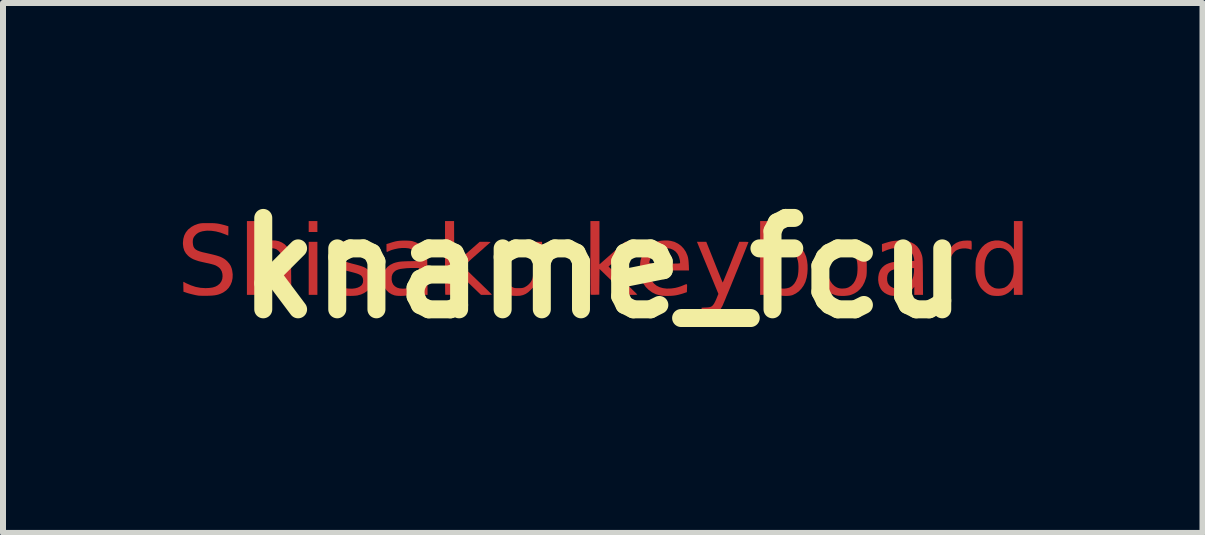
<source format=kicad_pcb>
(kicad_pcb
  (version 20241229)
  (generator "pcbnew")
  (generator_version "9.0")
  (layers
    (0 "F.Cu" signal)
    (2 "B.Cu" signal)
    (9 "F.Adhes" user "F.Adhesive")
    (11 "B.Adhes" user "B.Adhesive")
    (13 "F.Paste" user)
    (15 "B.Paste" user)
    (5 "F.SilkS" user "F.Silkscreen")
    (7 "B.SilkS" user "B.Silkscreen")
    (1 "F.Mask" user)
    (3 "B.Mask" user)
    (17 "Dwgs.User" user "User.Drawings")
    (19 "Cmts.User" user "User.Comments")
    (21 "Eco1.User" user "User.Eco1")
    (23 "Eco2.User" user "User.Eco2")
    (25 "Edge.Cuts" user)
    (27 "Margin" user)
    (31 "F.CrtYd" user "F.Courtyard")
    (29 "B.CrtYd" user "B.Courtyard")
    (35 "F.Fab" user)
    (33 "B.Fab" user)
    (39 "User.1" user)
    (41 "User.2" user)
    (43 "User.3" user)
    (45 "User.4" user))
  (footprint "kname_fcu"
    (layer "F.Cu")
    (at 7 1.418)
    (property "Reference" "kname_fcu" (at 0 0 0) (layer "F.SilkS") (effects (font (size 1.524 1.524) (thickness 0.3))))
    (attr board_only exclude_from_pos_files exclude_from_bom)
    (fp_poly (pts (xy -4.758 -0.6) (xy -4.903 -0.6) (xy -4.903 -0.782) (xy -4.758 -0.782)) (stroke (width 0) (type solid)) (fill yes) (layer "F.Cu"))
    (fp_poly (pts (xy -4.758 0.448) (xy -4.903 0.448) (xy -4.903 -0.436) (xy -4.758 -0.436)) (stroke (width 0) (type solid)) (fill yes) (layer "F.Cu"))
    (fp_poly (pts (xy 6.092 -0.457) (xy 6.116 -0.456) (xy 6.134 -0.455) (xy 6.141 -0.453) (xy 6.145 -0.45) (xy 6.148 -0.443) (xy 6.15 -0.431) (xy 6.151 -0.412) (xy 6.152 -0.382) (xy 6.152 -0.375) (xy 6.151 -0.344) (xy 6.151 -0.324) (xy 6.149 -0.312) (xy 6.147 -0.306) (xy 6.144 -0.305) (xy 6.141 -0.306) (xy 6.094 -0.321) (xy 6.044 -0.327) (xy 5.994 -0.325) (xy 5.947 -0.316) (xy 5.905 -0.299) (xy 5.882 -0.285) (xy 5.85 -0.254) (xy 5.823 -0.216) (xy 5.803 -0.174) (xy 5.8 -0.165) (xy 5.794 -0.144) (xy 5.789 -0.122) (xy 5.785 -0.097) (xy 5.782 -0.067) (xy 5.78 -0.032) (xy 5.778 0.009) (xy 5.777 0.059) (xy 5.776 0.117) (xy 5.776 0.186) (xy 5.776 0.217) (xy 5.776 0.448) (xy 5.63 0.448) (xy 5.63 -0.436) (xy 5.775 -0.436) (xy 5.779 -0.308) (xy 5.807 -0.344) (xy 5.847 -0.386) (xy 5.893 -0.418) (xy 5.947 -0.441) (xy 6.008 -0.454) (xy 6.064 -0.457)) (stroke (width 0) (type solid)) (fill yes) (layer "F.Cu"))
    (fp_poly (pts (xy -0.055 -0.06) (xy 0.14 -0.232) (xy 0.182 -0.269) (xy 0.222 -0.304) (xy 0.259 -0.336) (xy 0.291 -0.364) (xy 0.318 -0.388) (xy 0.338 -0.406) (xy 0.352 -0.417) (xy 0.355 -0.42) (xy 0.375 -0.437) (xy 0.466 -0.435) (xy 0.558 -0.433) (xy 0.327 -0.23) (xy 0.283 -0.191) (xy 0.241 -0.154) (xy 0.202 -0.12) (xy 0.169 -0.09) (xy 0.141 -0.064) (xy 0.119 -0.045) (xy 0.104 -0.031) (xy 0.097 -0.025) (xy 0.097 -0.024) (xy 0.101 -0.019) (xy 0.113 -0.007) (xy 0.133 0.012) (xy 0.159 0.037) (xy 0.19 0.068) (xy 0.226 0.103) (xy 0.266 0.142) (xy 0.31 0.183) (xy 0.336 0.209) (xy 0.381 0.252) (xy 0.423 0.293) (xy 0.462 0.33) (xy 0.496 0.364) (xy 0.525 0.392) (xy 0.549 0.415) (xy 0.565 0.432) (xy 0.574 0.442) (xy 0.576 0.444) (xy 0.57 0.445) (xy 0.554 0.447) (xy 0.531 0.448) (xy 0.501 0.448) (xy 0.485 0.448) (xy 0.393 0.448) (xy 0.169 0.233) (xy -0.054 0.017) (xy -0.056 0.231) (xy -0.058 0.445) (xy -0.128 0.447) (xy -0.156 0.447) (xy -0.179 0.447) (xy -0.195 0.446) (xy -0.202 0.445) (xy -0.202 0.438) (xy -0.203 0.42) (xy -0.204 0.392) (xy -0.204 0.354) (xy -0.204 0.307) (xy -0.205 0.252) (xy -0.205 0.19) (xy -0.206 0.122) (xy -0.206 0.047) (xy -0.206 -0.031) (xy -0.206 -0.114) (xy -0.206 -0.171) (xy -0.206 -0.782) (xy -0.055 -0.782)) (stroke (width 0) (type solid)) (fill yes) (layer "F.Cu"))
    (fp_poly (pts (xy -5.788 -0.31) (xy -5.738 -0.36) (xy -5.702 -0.393) (xy -5.668 -0.418) (xy -5.632 -0.436) (xy -5.592 -0.448) (xy -5.577 -0.452) (xy -5.514 -0.46) (xy -5.455 -0.458) (xy -5.399 -0.446) (xy -5.348 -0.424) (xy -5.303 -0.394) (xy -5.265 -0.355) (xy -5.238 -0.311) (xy -5.229 -0.295) (xy -5.222 -0.279) (xy -5.216 -0.264) (xy -5.211 -0.249) (xy -5.207 -0.231) (xy -5.204 -0.211) (xy -5.202 -0.186) (xy -5.2 -0.157) (xy -5.198 -0.121) (xy -5.197 -0.077) (xy -5.197 -0.025) (xy -5.196 0.036) (xy -5.196 0.109) (xy -5.195 0.126) (xy -5.193 0.448) (xy -5.339 0.448) (xy -5.341 0.141) (xy -5.341 0.072) (xy -5.342 0.014) (xy -5.342 -0.034) (xy -5.343 -0.074) (xy -5.343 -0.106) (xy -5.344 -0.131) (xy -5.345 -0.151) (xy -5.347 -0.166) (xy -5.349 -0.178) (xy -5.351 -0.188) (xy -5.353 -0.198) (xy -5.356 -0.207) (xy -5.376 -0.249) (xy -5.404 -0.284) (xy -5.438 -0.31) (xy -5.45 -0.316) (xy -5.481 -0.325) (xy -5.519 -0.33) (xy -5.559 -0.33) (xy -5.598 -0.326) (xy -5.622 -0.319) (xy -5.67 -0.297) (xy -5.71 -0.265) (xy -5.743 -0.224) (xy -5.768 -0.174) (xy -5.771 -0.164) (xy -5.774 -0.154) (xy -5.777 -0.145) (xy -5.779 -0.134) (xy -5.781 -0.121) (xy -5.782 -0.105) (xy -5.783 -0.084) (xy -5.784 -0.057) (xy -5.785 -0.024) (xy -5.785 0.018) (xy -5.786 0.069) (xy -5.786 0.13) (xy -5.787 0.162) (xy -5.789 0.448) (xy -5.933 0.448) (xy -5.933 -0.782) (xy -5.788 -0.782)) (stroke (width 0) (type solid)) (fill yes) (layer "F.Cu"))
    (fp_poly (pts (xy -2.476 -0.063) (xy -2.264 -0.25) (xy -2.052 -0.436) (xy -1.958 -0.436) (xy -1.922 -0.436) (xy -1.895 -0.435) (xy -1.877 -0.434) (xy -1.87 -0.432) (xy -1.87 -0.431) (xy -1.876 -0.426) (xy -1.889 -0.414) (xy -1.91 -0.395) (xy -1.938 -0.371) (xy -1.971 -0.342) (xy -2.008 -0.308) (xy -2.05 -0.272) (xy -2.094 -0.233) (xy -2.1 -0.228) (xy -2.144 -0.189) (xy -2.186 -0.152) (xy -2.223 -0.118) (xy -2.257 -0.089) (xy -2.284 -0.064) (xy -2.306 -0.045) (xy -2.32 -0.032) (xy -2.326 -0.026) (xy -2.326 -0.025) (xy -2.322 -0.02) (xy -2.31 -0.008) (xy -2.291 0.011) (xy -2.265 0.037) (xy -2.234 0.068) (xy -2.198 0.103) (xy -2.158 0.142) (xy -2.115 0.183) (xy -2.088 0.209) (xy -2.043 0.252) (xy -2.001 0.293) (xy -1.962 0.331) (xy -1.928 0.364) (xy -1.899 0.393) (xy -1.876 0.416) (xy -1.859 0.432) (xy -1.85 0.442) (xy -1.848 0.444) (xy -1.854 0.445) (xy -1.87 0.447) (xy -1.894 0.448) (xy -1.923 0.448) (xy -1.94 0.448) (xy -2.031 0.448) (xy -2.479 0.017) (xy -2.48 0.231) (xy -2.482 0.445) (xy -2.552 0.447) (xy -2.58 0.447) (xy -2.603 0.447) (xy -2.62 0.446) (xy -2.626 0.445) (xy -2.627 0.438) (xy -2.627 0.42) (xy -2.628 0.392) (xy -2.628 0.354) (xy -2.629 0.307) (xy -2.629 0.252) (xy -2.629 0.19) (xy -2.63 0.122) (xy -2.63 0.047) (xy -2.63 -0.031) (xy -2.63 -0.114) (xy -2.63 -0.171) (xy -2.63 -0.782) (xy -2.479 -0.782)) (stroke (width 0) (type solid)) (fill yes) (layer "F.Cu"))
    (fp_poly (pts (xy -1.605 -0.132) (xy -1.604 -0.063) (xy -1.604 -0.005) (xy -1.603 0.043) (xy -1.603 0.082) (xy -1.602 0.113) (xy -1.601 0.138) (xy -1.6 0.158) (xy -1.598 0.173) (xy -1.597 0.185) (xy -1.594 0.196) (xy -1.592 0.205) (xy -1.589 0.212) (xy -1.571 0.255) (xy -1.547 0.289) (xy -1.516 0.314) (xy -1.508 0.319) (xy -1.493 0.326) (xy -1.48 0.331) (xy -1.466 0.334) (xy -1.447 0.336) (xy -1.421 0.336) (xy -1.406 0.336) (xy -1.375 0.336) (xy -1.352 0.335) (xy -1.335 0.332) (xy -1.32 0.328) (xy -1.303 0.321) (xy -1.299 0.319) (xy -1.264 0.298) (xy -1.23 0.269) (xy -1.202 0.236) (xy -1.189 0.213) (xy -1.182 0.199) (xy -1.176 0.185) (xy -1.171 0.17) (xy -1.167 0.153) (xy -1.164 0.132) (xy -1.162 0.107) (xy -1.16 0.076) (xy -1.159 0.038) (xy -1.158 -0.008) (xy -1.158 -0.063) (xy -1.158 -0.129) (xy -1.158 -0.162) (xy -1.158 -0.436) (xy -1.012 -0.436) (xy -1.012 0.448) (xy -1.158 0.448) (xy -1.158 0.322) (xy -1.205 0.369) (xy -1.246 0.407) (xy -1.287 0.434) (xy -1.33 0.452) (xy -1.377 0.463) (xy -1.433 0.466) (xy -1.442 0.466) (xy -1.473 0.465) (xy -1.504 0.463) (xy -1.529 0.459) (xy -1.539 0.457) (xy -1.591 0.437) (xy -1.637 0.407) (xy -1.675 0.367) (xy -1.707 0.317) (xy -1.732 0.257) (xy -1.737 0.239) (xy -1.74 0.23) (xy -1.742 0.219) (xy -1.743 0.205) (xy -1.745 0.188) (xy -1.746 0.166) (xy -1.747 0.138) (xy -1.748 0.102) (xy -1.748 0.059) (xy -1.749 0.007) (xy -1.75 -0.056) (xy -1.75 -0.117) (xy -1.752 -0.436) (xy -1.607 -0.436)) (stroke (width 0) (type solid)) (fill yes) (layer "F.Cu"))
    (fp_poly (pts (xy 1.861 -0.098) (xy 1.885 -0.038) (xy 1.908 0.02) (xy 1.929 0.072) (xy 1.949 0.12) (xy 1.965 0.161) (xy 1.979 0.195) (xy 1.99 0.221) (xy 1.997 0.237) (xy 1.999 0.244) (xy 2.002 0.239) (xy 2.009 0.224) (xy 2.02 0.199) (xy 2.033 0.167) (xy 2.05 0.126) (xy 2.069 0.08) (xy 2.091 0.027) (xy 2.114 -0.03) (xy 2.138 -0.09) (xy 2.139 -0.094) (xy 2.276 -0.436) (xy 2.354 -0.436) (xy 2.387 -0.436) (xy 2.41 -0.435) (xy 2.423 -0.433) (xy 2.428 -0.431) (xy 2.429 -0.429) (xy 2.414 -0.392) (xy 2.396 -0.347) (xy 2.376 -0.296) (xy 2.353 -0.239) (xy 2.329 -0.178) (xy 2.302 -0.113) (xy 2.275 -0.045) (xy 2.247 0.024) (xy 2.218 0.094) (xy 2.19 0.164) (xy 2.162 0.232) (xy 2.135 0.299) (xy 2.109 0.362) (xy 2.085 0.42) (xy 2.062 0.474) (xy 2.043 0.522) (xy 2.026 0.562) (xy 2.012 0.594) (xy 2.002 0.618) (xy 1.996 0.631) (xy 1.996 0.632) (xy 1.969 0.678) (xy 1.942 0.713) (xy 1.913 0.74) (xy 1.88 0.76) (xy 1.878 0.761) (xy 1.862 0.768) (xy 1.849 0.772) (xy 1.834 0.776) (xy 1.816 0.778) (xy 1.791 0.779) (xy 1.758 0.78) (xy 1.744 0.781) (xy 1.648 0.783) (xy 1.648 0.662) (xy 1.717 0.659) (xy 1.754 0.657) (xy 1.781 0.653) (xy 1.802 0.647) (xy 1.819 0.637) (xy 1.834 0.624) (xy 1.837 0.62) (xy 1.853 0.599) (xy 1.871 0.566) (xy 1.891 0.523) (xy 1.908 0.481) (xy 1.928 0.432) (xy 1.759 0.021) (xy 1.731 -0.047) (xy 1.704 -0.112) (xy 1.679 -0.172) (xy 1.656 -0.229) (xy 1.635 -0.279) (xy 1.617 -0.323) (xy 1.602 -0.359) (xy 1.591 -0.387) (xy 1.583 -0.406) (xy 1.58 -0.414) (xy 1.57 -0.436) (xy 1.726 -0.436)) (stroke (width 0) (type solid)) (fill yes) (layer "F.Cu"))
    (fp_poly (pts (xy 2.776 -0.314) (xy 2.799 -0.344) (xy 2.839 -0.387) (xy 2.884 -0.419) (xy 2.935 -0.441) (xy 2.973 -0.451) (xy 3.038 -0.46) (xy 3.103 -0.456) (xy 3.164 -0.442) (xy 3.207 -0.424) (xy 3.251 -0.396) (xy 3.292 -0.357) (xy 3.329 -0.311) (xy 3.361 -0.258) (xy 3.386 -0.201) (xy 3.393 -0.181) (xy 3.407 -0.119) (xy 3.415 -0.05) (xy 3.416 0.021) (xy 3.411 0.093) (xy 3.4 0.161) (xy 3.382 0.222) (xy 3.378 0.235) (xy 3.349 0.293) (xy 3.312 0.345) (xy 3.269 0.39) (xy 3.22 0.425) (xy 3.168 0.451) (xy 3.143 0.458) (xy 3.114 0.463) (xy 3.078 0.466) (xy 3.038 0.466) (xy 2.999 0.464) (xy 2.964 0.459) (xy 2.948 0.455) (xy 2.926 0.448) (xy 2.907 0.441) (xy 2.897 0.437) (xy 2.869 0.419) (xy 2.84 0.396) (xy 2.814 0.372) (xy 2.799 0.354) (xy 2.779 0.326) (xy 2.773 0.445) (xy 2.698 0.447) (xy 2.624 0.449) (xy 2.624 -0.023) (xy 2.776 -0.023) (xy 2.776 0.028) (xy 2.78 0.078) (xy 2.786 0.124) (xy 2.795 0.163) (xy 2.796 0.167) (xy 2.818 0.219) (xy 2.847 0.263) (xy 2.881 0.299) (xy 2.921 0.325) (xy 2.948 0.336) (xy 2.985 0.343) (xy 3.027 0.344) (xy 3.069 0.339) (xy 3.106 0.329) (xy 3.116 0.325) (xy 3.157 0.299) (xy 3.192 0.263) (xy 3.221 0.216) (xy 3.244 0.16) (xy 3.25 0.14) (xy 3.256 0.105) (xy 3.261 0.062) (xy 3.263 0.015) (xy 3.263 -0.033) (xy 3.26 -0.078) (xy 3.254 -0.115) (xy 3.252 -0.124) (xy 3.233 -0.183) (xy 3.207 -0.233) (xy 3.174 -0.274) (xy 3.135 -0.304) (xy 3.09 -0.325) (xy 3.04 -0.334) (xy 2.986 -0.333) (xy 2.981 -0.332) (xy 2.934 -0.32) (xy 2.892 -0.297) (xy 2.856 -0.264) (xy 2.825 -0.222) (xy 2.801 -0.171) (xy 2.784 -0.112) (xy 2.778 -0.071) (xy 2.776 -0.023) (xy 2.624 -0.023) (xy 2.624 -0.782) (xy 2.776 -0.782)) (stroke (width 0) (type solid)) (fill yes) (layer "F.Cu"))
    (fp_poly (pts (xy 7 0.448) (xy 6.855 0.448) (xy 6.854 0.383) (xy 6.854 0.355) (xy 6.853 0.337) (xy 6.852 0.328) (xy 6.85 0.326) (xy 6.846 0.33) (xy 6.844 0.333) (xy 6.806 0.378) (xy 6.761 0.415) (xy 6.71 0.443) (xy 6.669 0.457) (xy 6.639 0.463) (xy 6.602 0.466) (xy 6.561 0.466) (xy 6.522 0.464) (xy 6.489 0.459) (xy 6.479 0.457) (xy 6.439 0.443) (xy 6.402 0.422) (xy 6.364 0.393) (xy 6.339 0.37) (xy 6.314 0.344) (xy 6.296 0.321) (xy 6.28 0.296) (xy 6.265 0.267) (xy 6.249 0.232) (xy 6.237 0.202) (xy 6.228 0.173) (xy 6.222 0.144) (xy 6.218 0.111) (xy 6.216 0.073) (xy 6.215 0.025) (xy 6.215 0.011) (xy 6.364 0.011) (xy 6.365 0.059) (xy 6.369 0.101) (xy 6.373 0.126) (xy 6.39 0.185) (xy 6.414 0.236) (xy 6.446 0.278) (xy 6.484 0.31) (xy 6.528 0.333) (xy 6.537 0.336) (xy 6.573 0.343) (xy 6.614 0.344) (xy 6.656 0.339) (xy 6.694 0.329) (xy 6.704 0.325) (xy 6.743 0.3) (xy 6.778 0.264) (xy 6.808 0.22) (xy 6.831 0.167) (xy 6.84 0.136) (xy 6.846 0.105) (xy 6.85 0.064) (xy 6.851 0.019) (xy 6.851 -0.027) (xy 6.848 -0.07) (xy 6.844 -0.108) (xy 6.84 -0.124) (xy 6.821 -0.183) (xy 6.795 -0.233) (xy 6.762 -0.274) (xy 6.723 -0.304) (xy 6.678 -0.325) (xy 6.629 -0.334) (xy 6.574 -0.333) (xy 6.569 -0.332) (xy 6.523 -0.32) (xy 6.48 -0.297) (xy 6.444 -0.264) (xy 6.413 -0.222) (xy 6.389 -0.172) (xy 6.373 -0.116) (xy 6.368 -0.08) (xy 6.365 -0.036) (xy 6.364 0.011) (xy 6.215 0.011) (xy 6.215 0.003) (xy 6.216 -0.04) (xy 6.216 -0.074) (xy 6.218 -0.101) (xy 6.22 -0.122) (xy 6.223 -0.14) (xy 6.227 -0.158) (xy 6.229 -0.166) (xy 6.253 -0.235) (xy 6.285 -0.295) (xy 6.324 -0.347) (xy 6.369 -0.39) (xy 6.42 -0.423) (xy 6.476 -0.446) (xy 6.537 -0.458) (xy 6.545 -0.459) (xy 6.609 -0.458) (xy 6.669 -0.447) (xy 6.724 -0.427) (xy 6.774 -0.397) (xy 6.816 -0.358) (xy 6.83 -0.34) (xy 6.855 -0.308) (xy 6.855 -0.782) (xy 7 -0.782)) (stroke (width 0) (type solid)) (fill yes) (layer "F.Cu"))
    (fp_poly (pts (xy 1.089 -0.458) (xy 1.133 -0.452) (xy 1.197 -0.435) (xy 1.255 -0.406) (xy 1.306 -0.369) (xy 1.35 -0.322) (xy 1.386 -0.268) (xy 1.412 -0.207) (xy 1.421 -0.176) (xy 1.425 -0.154) (xy 1.429 -0.125) (xy 1.432 -0.09) (xy 1.434 -0.053) (xy 1.435 -0.047) (xy 1.438 0.042) (xy 0.769 0.042) (xy 0.773 0.074) (xy 0.779 0.106) (xy 0.789 0.141) (xy 0.801 0.176) (xy 0.814 0.206) (xy 0.821 0.219) (xy 0.855 0.261) (xy 0.897 0.295) (xy 0.947 0.32) (xy 1.004 0.336) (xy 1.067 0.344) (xy 1.136 0.342) (xy 1.155 0.34) (xy 1.209 0.332) (xy 1.257 0.32) (xy 1.306 0.304) (xy 1.333 0.293) (xy 1.364 0.28) (xy 1.384 0.272) (xy 1.397 0.27) (xy 1.404 0.275) (xy 1.406 0.287) (xy 1.406 0.309) (xy 1.405 0.334) (xy 1.403 0.403) (xy 1.336 0.426) (xy 1.302 0.436) (xy 1.265 0.446) (xy 1.229 0.454) (xy 1.212 0.457) (xy 1.176 0.462) (xy 1.133 0.465) (xy 1.088 0.466) (xy 1.043 0.466) (xy 1.002 0.464) (xy 0.968 0.46) (xy 0.954 0.458) (xy 0.884 0.437) (xy 0.821 0.406) (xy 0.765 0.365) (xy 0.716 0.316) (xy 0.676 0.259) (xy 0.646 0.195) (xy 0.632 0.152) (xy 0.626 0.123) (xy 0.623 0.085) (xy 0.621 0.042) (xy 0.621 -0.004) (xy 0.622 -0.049) (xy 0.625 -0.091) (xy 0.626 -0.096) (xy 0.776 -0.096) (xy 0.777 -0.088) (xy 0.781 -0.083) (xy 0.79 -0.078) (xy 0.804 -0.076) (xy 0.825 -0.074) (xy 0.853 -0.073) (xy 0.89 -0.073) (xy 0.936 -0.073) (xy 0.993 -0.073) (xy 1.03 -0.073) (xy 1.094 -0.073) (xy 1.146 -0.073) (xy 1.188 -0.073) (xy 1.221 -0.074) (xy 1.246 -0.074) (xy 1.264 -0.075) (xy 1.276 -0.077) (xy 1.284 -0.078) (xy 1.288 -0.08) (xy 1.289 -0.082) (xy 1.289 -0.092) (xy 1.288 -0.11) (xy 1.285 -0.131) (xy 1.27 -0.186) (xy 1.247 -0.234) (xy 1.216 -0.272) (xy 1.177 -0.301) (xy 1.131 -0.321) (xy 1.078 -0.331) (xy 1.066 -0.332) (xy 1.004 -0.33) (xy 0.949 -0.318) (xy 0.9 -0.297) (xy 0.859 -0.266) (xy 0.825 -0.227) (xy 0.799 -0.178) (xy 0.785 -0.132) (xy 0.781 -0.117) (xy 0.778 -0.106) (xy 0.776 -0.096) (xy 0.626 -0.096) (xy 0.63 -0.126) (xy 0.632 -0.135) (xy 0.654 -0.202) (xy 0.685 -0.263) (xy 0.724 -0.318) (xy 0.772 -0.365) (xy 0.826 -0.404) (xy 0.885 -0.432) (xy 0.926 -0.445) (xy 0.977 -0.455) (xy 1.034 -0.459)) (stroke (width 0) (type solid)) (fill yes) (layer "F.Cu"))
    (fp_poly (pts (xy 4.036 -0.457) (xy 4.063 -0.456) (xy 4.085 -0.454) (xy 4.103 -0.45) (xy 4.122 -0.445) (xy 4.137 -0.441) (xy 4.198 -0.414) (xy 4.252 -0.378) (xy 4.299 -0.333) (xy 4.338 -0.279) (xy 4.369 -0.216) (xy 4.389 -0.153) (xy 4.394 -0.132) (xy 4.398 -0.111) (xy 4.4 -0.089) (xy 4.402 -0.064) (xy 4.402 -0.031) (xy 4.402 0.009) (xy 4.402 0.051) (xy 4.401 0.084) (xy 4.399 0.11) (xy 4.397 0.132) (xy 4.393 0.152) (xy 4.389 0.167) (xy 4.365 0.236) (xy 4.333 0.298) (xy 4.293 0.35) (xy 4.246 0.393) (xy 4.191 0.427) (xy 4.13 0.451) (xy 4.118 0.455) (xy 4.075 0.462) (xy 4.026 0.466) (xy 3.975 0.466) (xy 3.925 0.463) (xy 3.883 0.455) (xy 3.88 0.454) (xy 3.819 0.432) (xy 3.763 0.4) (xy 3.715 0.358) (xy 3.674 0.309) (xy 3.649 0.266) (xy 3.632 0.228) (xy 3.619 0.194) (xy 3.609 0.16) (xy 3.603 0.123) (xy 3.599 0.081) (xy 3.598 0.031) (xy 3.598 0.009) (xy 3.598 0.000341) (xy 3.751 0.000341) (xy 3.752 0.047) (xy 3.755 0.091) (xy 3.761 0.124) (xy 3.777 0.178) (xy 3.8 0.227) (xy 3.83 0.268) (xy 3.865 0.301) (xy 3.892 0.319) (xy 3.923 0.333) (xy 3.952 0.34) (xy 3.984 0.343) (xy 4.015 0.342) (xy 4.047 0.339) (xy 4.072 0.333) (xy 4.097 0.323) (xy 4.101 0.321) (xy 4.143 0.294) (xy 4.179 0.257) (xy 4.208 0.211) (xy 4.229 0.157) (xy 4.239 0.12) (xy 4.244 0.083) (xy 4.247 0.039) (xy 4.248 -0.008) (xy 4.246 -0.054) (xy 4.242 -0.095) (xy 4.239 -0.112) (xy 4.223 -0.166) (xy 4.2 -0.215) (xy 4.17 -0.258) (xy 4.135 -0.292) (xy 4.098 -0.314) (xy 4.081 -0.322) (xy 4.065 -0.326) (xy 4.047 -0.329) (xy 4.023 -0.33) (xy 4 -0.33) (xy 3.97 -0.33) (xy 3.948 -0.328) (xy 3.931 -0.325) (xy 3.915 -0.32) (xy 3.902 -0.314) (xy 3.859 -0.288) (xy 3.823 -0.251) (xy 3.794 -0.204) (xy 3.771 -0.149) (xy 3.763 -0.123) (xy 3.757 -0.088) (xy 3.753 -0.046) (xy 3.751 0.000341) (xy 3.598 0.000341) (xy 3.598 -0.033) (xy 3.598 -0.066) (xy 3.6 -0.092) (xy 3.602 -0.113) (xy 3.606 -0.134) (xy 3.611 -0.153) (xy 3.634 -0.223) (xy 3.665 -0.284) (xy 3.705 -0.337) (xy 3.705 -0.337) (xy 3.752 -0.381) (xy 3.802 -0.414) (xy 3.858 -0.439) (xy 3.863 -0.441) (xy 3.884 -0.447) (xy 3.903 -0.452) (xy 3.922 -0.454) (xy 3.945 -0.456) (xy 3.974 -0.457) (xy 4 -0.457)) (stroke (width 0) (type solid)) (fill yes) (layer "F.Cu"))
    (fp_poly (pts (xy -4.098 -0.455) (xy -4.041 -0.451) (xy -3.991 -0.443) (xy -3.944 -0.431) (xy -3.927 -0.425) (xy -3.894 -0.414) (xy -3.892 -0.343) (xy -3.891 -0.272) (xy -3.913 -0.284) (xy -3.972 -0.307) (xy -4.038 -0.324) (xy -4.109 -0.333) (xy -4.154 -0.335) (xy -4.209 -0.333) (xy -4.253 -0.327) (xy -4.289 -0.317) (xy -4.319 -0.301) (xy -4.32 -0.3) (xy -4.347 -0.277) (xy -4.363 -0.25) (xy -4.369 -0.216) (xy -4.37 -0.206) (xy -4.368 -0.182) (xy -4.362 -0.162) (xy -4.352 -0.145) (xy -4.335 -0.13) (xy -4.311 -0.115) (xy -4.279 -0.102) (xy -4.237 -0.089) (xy -4.185 -0.074) (xy -4.157 -0.067) (xy -4.102 -0.053) (xy -4.056 -0.04) (xy -4.019 -0.028) (xy -3.989 -0.017) (xy -3.964 -0.005) (xy -3.943 0.008) (xy -3.938 0.011) (xy -3.901 0.042) (xy -3.874 0.077) (xy -3.856 0.12) (xy -3.847 0.157) (xy -3.844 0.205) (xy -3.849 0.254) (xy -3.863 0.299) (xy -3.871 0.316) (xy -3.898 0.355) (xy -3.936 0.39) (xy -3.981 0.419) (xy -4.031 0.442) (xy -4.086 0.457) (xy -4.087 0.458) (xy -4.121 0.462) (xy -4.164 0.465) (xy -4.211 0.466) (xy -4.258 0.465) (xy -4.303 0.462) (xy -4.341 0.458) (xy -4.348 0.457) (xy -4.379 0.451) (xy -4.414 0.443) (xy -4.448 0.435) (xy -4.478 0.427) (xy -4.5 0.42) (xy -4.506 0.418) (xy -4.512 0.415) (xy -4.517 0.411) (xy -4.519 0.404) (xy -4.521 0.39) (xy -4.521 0.369) (xy -4.521 0.34) (xy -4.521 0.306) (xy -4.519 0.282) (xy -4.517 0.269) (xy -4.515 0.267) (xy -4.506 0.269) (xy -4.491 0.276) (xy -4.48 0.281) (xy -4.424 0.305) (xy -4.362 0.324) (xy -4.298 0.337) (xy -4.235 0.344) (xy -4.175 0.345) (xy -4.127 0.339) (xy -4.087 0.328) (xy -4.053 0.312) (xy -4.026 0.292) (xy -4.014 0.278) (xy -3.999 0.246) (xy -3.995 0.209) (xy -4 0.173) (xy -4.003 0.166) (xy -4.011 0.149) (xy -4.023 0.133) (xy -4.04 0.119) (xy -4.063 0.107) (xy -4.092 0.095) (xy -4.131 0.083) (xy -4.179 0.07) (xy -4.218 0.06) (xy -4.274 0.046) (xy -4.32 0.033) (xy -4.357 0.021) (xy -4.388 0.008) (xy -4.413 -0.005) (xy -4.434 -0.021) (xy -4.453 -0.038) (xy -4.456 -0.041) (xy -4.483 -0.077) (xy -4.502 -0.121) (xy -4.512 -0.168) (xy -4.513 -0.218) (xy -4.505 -0.268) (xy -4.487 -0.316) (xy -4.483 -0.323) (xy -4.461 -0.357) (xy -4.431 -0.386) (xy -4.392 -0.412) (xy -4.383 -0.417) (xy -4.352 -0.431) (xy -4.321 -0.442) (xy -4.288 -0.45) (xy -4.249 -0.454) (xy -4.203 -0.457) (xy -4.164 -0.457)) (stroke (width 0) (type solid)) (fill yes) (layer "F.Cu"))
    (fp_poly (pts (xy -3.26 -0.456) (xy -3.223 -0.454) (xy -3.194 -0.451) (xy -3.174 -0.447) (xy -3.115 -0.427) (xy -3.063 -0.398) (xy -3.019 -0.361) (xy -2.983 -0.316) (xy -2.967 -0.289) (xy -2.958 -0.271) (xy -2.951 -0.254) (xy -2.945 -0.238) (xy -2.939 -0.221) (xy -2.935 -0.203) (xy -2.932 -0.182) (xy -2.929 -0.157) (xy -2.927 -0.126) (xy -2.926 -0.089) (xy -2.925 -0.045) (xy -2.924 0.008) (xy -2.923 0.072) (xy -2.923 0.141) (xy -2.921 0.448) (xy -3.067 0.448) (xy -3.067 0.313) (xy -3.084 0.337) (xy -3.124 0.383) (xy -3.171 0.419) (xy -3.226 0.445) (xy -3.263 0.457) (xy -3.292 0.462) (xy -3.328 0.465) (xy -3.368 0.466) (xy -3.407 0.465) (xy -3.443 0.462) (xy -3.471 0.457) (xy -3.472 0.457) (xy -3.523 0.437) (xy -3.569 0.408) (xy -3.607 0.371) (xy -3.637 0.327) (xy -3.657 0.277) (xy -3.661 0.261) (xy -3.665 0.228) (xy -3.666 0.189) (xy -3.666 0.187) (xy -3.52 0.187) (xy -3.52 0.196) (xy -3.511 0.24) (xy -3.493 0.277) (xy -3.465 0.306) (xy -3.429 0.328) (xy -3.385 0.341) (xy -3.336 0.345) (xy -3.309 0.344) (xy -3.281 0.341) (xy -3.262 0.337) (xy -3.213 0.318) (xy -3.17 0.288) (xy -3.133 0.25) (xy -3.104 0.203) (xy -3.083 0.149) (xy -3.081 0.145) (xy -3.077 0.123) (xy -3.073 0.095) (xy -3.069 0.065) (xy -3.069 0.056) (xy -3.065 0) (xy -3.146 0.000052) (xy -3.211 0.001) (xy -3.272 0.004) (xy -3.326 0.01) (xy -3.372 0.016) (xy -3.409 0.025) (xy -3.409 0.025) (xy -3.45 0.042) (xy -3.482 0.068) (xy -3.505 0.1) (xy -3.518 0.14) (xy -3.52 0.187) (xy -3.666 0.187) (xy -3.664 0.148) (xy -3.659 0.11) (xy -3.651 0.078) (xy -3.649 0.071) (xy -3.624 0.024) (xy -3.59 -0.017) (xy -3.546 -0.051) (xy -3.494 -0.077) (xy -3.481 -0.082) (xy -3.456 -0.09) (xy -3.431 -0.096) (xy -3.404 -0.102) (xy -3.374 -0.106) (xy -3.339 -0.109) (xy -3.296 -0.111) (xy -3.244 -0.113) (xy -3.213 -0.113) (xy -3.065 -0.117) (xy -3.069 -0.148) (xy -3.08 -0.198) (xy -3.1 -0.241) (xy -3.13 -0.276) (xy -3.169 -0.303) (xy -3.216 -0.322) (xy -3.241 -0.328) (xy -3.291 -0.333) (xy -3.347 -0.333) (xy -3.406 -0.327) (xy -3.465 -0.315) (xy -3.52 -0.3) (xy -3.557 -0.285) (xy -3.577 -0.276) (xy -3.592 -0.269) (xy -3.601 -0.267) (xy -3.601 -0.267) (xy -3.603 -0.272) (xy -3.605 -0.288) (xy -3.606 -0.31) (xy -3.606 -0.333) (xy -3.606 -0.399) (xy -3.547 -0.417) (xy -3.499 -0.432) (xy -3.458 -0.443) (xy -3.42 -0.45) (xy -3.382 -0.454) (xy -3.34 -0.456) (xy -3.306 -0.457)) (stroke (width 0) (type solid)) (fill yes) (layer "F.Cu"))
    (fp_poly (pts (xy -6.576 -0.748) (xy -6.521 -0.748) (xy -6.474 -0.746) (xy -6.434 -0.742) (xy -6.395 -0.736) (xy -6.356 -0.727) (xy -6.312 -0.716) (xy -6.288 -0.709) (xy -6.242 -0.695) (xy -6.242 -0.617) (xy -6.243 -0.588) (xy -6.243 -0.564) (xy -6.244 -0.547) (xy -6.244 -0.54) (xy -6.244 -0.539) (xy -6.25 -0.542) (xy -6.265 -0.548) (xy -6.285 -0.556) (xy -6.294 -0.56) (xy -6.372 -0.589) (xy -6.449 -0.609) (xy -6.524 -0.62) (xy -6.595 -0.622) (xy -6.627 -0.619) (xy -6.674 -0.612) (xy -6.712 -0.601) (xy -6.744 -0.587) (xy -6.771 -0.568) (xy -6.788 -0.552) (xy -6.811 -0.525) (xy -6.826 -0.499) (xy -6.834 -0.469) (xy -6.836 -0.433) (xy -6.835 -0.417) (xy -6.831 -0.383) (xy -6.823 -0.354) (xy -6.809 -0.33) (xy -6.788 -0.309) (xy -6.759 -0.292) (xy -6.721 -0.277) (xy -6.674 -0.263) (xy -6.624 -0.252) (xy -6.554 -0.236) (xy -6.495 -0.222) (xy -6.445 -0.209) (xy -6.403 -0.196) (xy -6.368 -0.183) (xy -6.338 -0.168) (xy -6.312 -0.153) (xy -6.289 -0.136) (xy -6.266 -0.116) (xy -6.259 -0.109) (xy -6.227 -0.072) (xy -6.203 -0.034) (xy -6.187 0.008) (xy -6.179 0.04) (xy -6.17 0.106) (xy -6.172 0.169) (xy -6.184 0.228) (xy -6.206 0.282) (xy -6.237 0.331) (xy -6.276 0.372) (xy -6.324 0.406) (xy -6.341 0.415) (xy -6.376 0.431) (xy -6.409 0.443) (xy -6.442 0.451) (xy -6.478 0.457) (xy -6.52 0.461) (xy -6.57 0.463) (xy -6.597 0.464) (xy -6.636 0.464) (xy -6.673 0.464) (xy -6.706 0.463) (xy -6.733 0.462) (xy -6.748 0.46) (xy -6.782 0.454) (xy -6.823 0.445) (xy -6.867 0.434) (xy -6.909 0.423) (xy -6.944 0.412) (xy -6.948 0.41) (xy -6.991 0.396) (xy -6.993 0.313) (xy -6.994 0.23) (xy -6.947 0.254) (xy -6.865 0.29) (xy -6.786 0.316) (xy -6.706 0.331) (xy -6.625 0.336) (xy -6.621 0.336) (xy -6.557 0.333) (xy -6.503 0.325) (xy -6.457 0.31) (xy -6.419 0.289) (xy -6.386 0.261) (xy -6.381 0.255) (xy -6.358 0.221) (xy -6.344 0.182) (xy -6.339 0.139) (xy -6.342 0.097) (xy -6.353 0.056) (xy -6.373 0.021) (xy -6.39 0.001) (xy -6.411 -0.016) (xy -6.432 -0.03) (xy -6.456 -0.043) (xy -6.486 -0.054) (xy -6.522 -0.064) (xy -6.566 -0.075) (xy -6.614 -0.085) (xy -6.682 -0.1) (xy -6.739 -0.114) (xy -6.787 -0.13) (xy -6.828 -0.146) (xy -6.863 -0.165) (xy -6.894 -0.186) (xy -6.916 -0.205) (xy -6.951 -0.244) (xy -6.977 -0.289) (xy -6.993 -0.341) (xy -7 -0.4) (xy -7 -0.421) (xy -6.994 -0.484) (xy -6.978 -0.542) (xy -6.952 -0.593) (xy -6.915 -0.639) (xy -6.906 -0.647) (xy -6.86 -0.684) (xy -6.808 -0.713) (xy -6.748 -0.735) (xy -6.731 -0.739) (xy -6.714 -0.743) (xy -6.696 -0.745) (xy -6.676 -0.747) (xy -6.649 -0.748) (xy -6.615 -0.748)) (stroke (width 0) (type solid)) (fill yes) (layer "F.Cu"))
    (fp_poly (pts (xy 5.002 -0.456) (xy 5.036 -0.455) (xy 5.064 -0.451) (xy 5.085 -0.447) (xy 5.146 -0.425) (xy 5.198 -0.396) (xy 5.242 -0.36) (xy 5.277 -0.314) (xy 5.305 -0.259) (xy 5.323 -0.208) (xy 5.325 -0.197) (xy 5.328 -0.186) (xy 5.33 -0.173) (xy 5.332 -0.159) (xy 5.333 -0.141) (xy 5.334 -0.119) (xy 5.335 -0.091) (xy 5.336 -0.056) (xy 5.337 -0.013) (xy 5.337 0.039) (xy 5.338 0.101) (xy 5.338 0.144) (xy 5.34 0.448) (xy 5.194 0.448) (xy 5.194 0.314) (xy 5.171 0.343) (xy 5.132 0.386) (xy 5.089 0.419) (xy 5.042 0.443) (xy 4.988 0.458) (xy 4.927 0.465) (xy 4.888 0.466) (xy 4.856 0.465) (xy 4.825 0.463) (xy 4.8 0.459) (xy 4.789 0.457) (xy 4.741 0.439) (xy 4.697 0.414) (xy 4.66 0.382) (xy 4.637 0.352) (xy 4.614 0.306) (xy 4.599 0.255) (xy 4.592 0.201) (xy 4.593 0.161) (xy 4.741 0.161) (xy 4.742 0.21) (xy 4.752 0.25) (xy 4.772 0.284) (xy 4.802 0.311) (xy 4.843 0.332) (xy 4.858 0.337) (xy 4.883 0.342) (xy 4.916 0.344) (xy 4.953 0.342) (xy 4.989 0.337) (xy 5.02 0.33) (xy 5.026 0.327) (xy 5.059 0.31) (xy 5.093 0.285) (xy 5.096 0.282) (xy 5.133 0.24) (xy 5.161 0.191) (xy 5.179 0.136) (xy 5.188 0.073) (xy 5.189 0.054) (xy 5.191 0.003) (xy 5.121 0.001) (xy 5.079 0.001) (xy 5.034 0.002) (xy 4.988 0.005) (xy 4.944 0.009) (xy 4.905 0.013) (xy 4.874 0.018) (xy 4.86 0.022) (xy 4.817 0.038) (xy 4.784 0.059) (xy 4.761 0.086) (xy 4.747 0.12) (xy 4.741 0.161) (xy 4.593 0.161) (xy 4.594 0.146) (xy 4.603 0.094) (xy 4.621 0.047) (xy 4.636 0.021) (xy 4.662 -0.011) (xy 4.692 -0.038) (xy 4.726 -0.06) (xy 4.768 -0.078) (xy 4.816 -0.093) (xy 4.872 -0.103) (xy 4.937 -0.11) (xy 5.013 -0.114) (xy 5.089 -0.115) (xy 5.129 -0.115) (xy 5.158 -0.116) (xy 5.177 -0.117) (xy 5.188 -0.119) (xy 5.193 -0.122) (xy 5.194 -0.123) (xy 5.193 -0.133) (xy 5.19 -0.151) (xy 5.187 -0.167) (xy 5.174 -0.214) (xy 5.151 -0.253) (xy 5.118 -0.285) (xy 5.076 -0.31) (xy 5.062 -0.316) (xy 5.047 -0.322) (xy 5.034 -0.325) (xy 5.018 -0.328) (xy 4.998 -0.329) (xy 4.97 -0.33) (xy 4.934 -0.33) (xy 4.93 -0.33) (xy 4.892 -0.329) (xy 4.863 -0.328) (xy 4.84 -0.327) (xy 4.82 -0.324) (xy 4.801 -0.319) (xy 4.78 -0.313) (xy 4.752 -0.304) (xy 4.724 -0.293) (xy 4.702 -0.284) (xy 4.697 -0.282) (xy 4.679 -0.273) (xy 4.666 -0.268) (xy 4.661 -0.267) (xy 4.658 -0.273) (xy 4.656 -0.289) (xy 4.655 -0.316) (xy 4.655 -0.333) (xy 4.655 -0.399) (xy 4.711 -0.417) (xy 4.765 -0.433) (xy 4.812 -0.445) (xy 4.858 -0.452) (xy 4.905 -0.456) (xy 4.958 -0.457)) (stroke (width 0) (type solid)) (fill yes) (layer "F.Cu")))
  (gr_rect
    (start -3 -3)
    (end 17 5.836)
    (stroke (width 0.1) (type default))
    (fill no)
    (layer "Edge.Cuts")))
</source>
